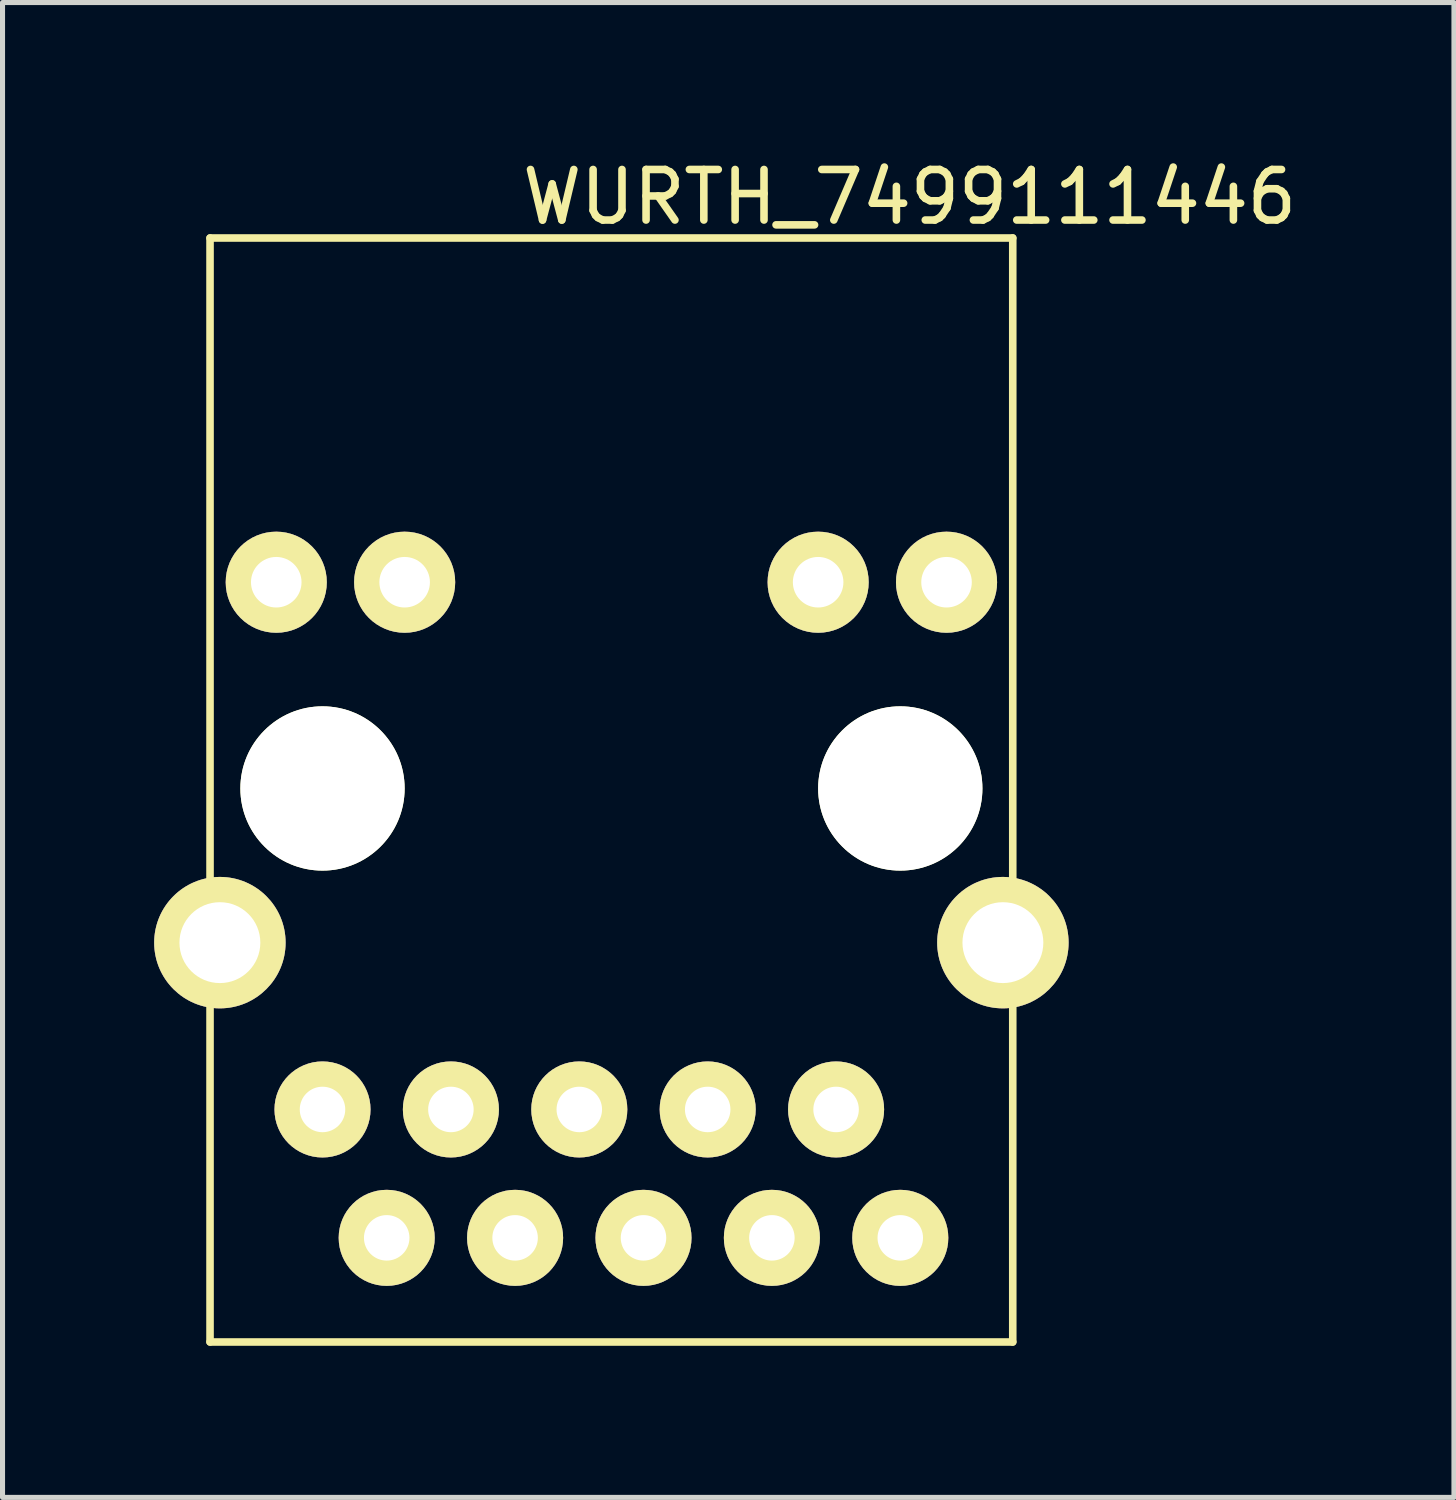
<source format=kicad_pcb>
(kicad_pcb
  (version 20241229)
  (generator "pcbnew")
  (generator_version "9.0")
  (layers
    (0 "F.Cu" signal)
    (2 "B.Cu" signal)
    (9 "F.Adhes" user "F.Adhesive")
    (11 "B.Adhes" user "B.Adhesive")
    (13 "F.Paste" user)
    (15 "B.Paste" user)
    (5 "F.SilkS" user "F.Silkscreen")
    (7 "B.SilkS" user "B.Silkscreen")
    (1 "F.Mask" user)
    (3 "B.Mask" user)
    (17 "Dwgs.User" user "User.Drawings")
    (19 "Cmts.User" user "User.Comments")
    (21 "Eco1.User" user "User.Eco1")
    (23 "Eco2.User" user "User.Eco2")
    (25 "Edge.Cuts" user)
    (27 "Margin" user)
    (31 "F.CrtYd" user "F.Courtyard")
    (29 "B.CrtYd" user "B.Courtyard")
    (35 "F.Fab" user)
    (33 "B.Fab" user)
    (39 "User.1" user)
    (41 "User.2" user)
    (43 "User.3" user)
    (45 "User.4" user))
  (footprint "WURTH_7499111446"
    (layer "F.Cu")
    (at 9.045 12.548)
    (property "Reference" "WURTH_7499111446" (at 5.9 -11.7 0) (layer "F.SilkS") (effects (font (size 1 1) (thickness 0.15))))
    (attr through_hole)
    (fp_line (start -7.94 -10.89) (end 7.94 -10.89) (stroke (width 0.15) (type solid)) (layer "F.SilkS"))
    (fp_line (start -7.94 10.95) (end -7.94 -10.89) (stroke (width 0.15) (type solid)) (layer "F.SilkS"))
    (fp_line (start 7.94 -10.89) (end 7.94 10.95) (stroke (width 0.15) (type solid)) (layer "F.SilkS"))
    (fp_line (start 7.94 10.95) (end -7.94 10.95) (stroke (width 0.15) (type solid)) (layer "F.SilkS"))
    (pad "" np_thru_hole circle (at -5.715 0) (size 3.25 3.25) (drill 3.25) (layers "*.Cu" "F.SilkS"))
    (pad "" np_thru_hole circle (at 5.715 0) (size 3.25 3.25) (drill 3.25) (layers "*.Cu" "F.SilkS"))
    (pad "1" thru_hole circle (at 5.715 8.89) (size 1.9 1.9) (drill 0.9) (layers "*.Cu" "*.Mask" "F.SilkS"))
    (pad "2" thru_hole circle (at 4.445 6.35) (size 1.9 1.9) (drill 0.9) (layers "*.Cu" "*.Mask" "F.SilkS"))
    (pad "3" thru_hole circle (at 3.175 8.89) (size 1.9 1.9) (drill 0.9) (layers "*.Cu" "*.Mask" "F.SilkS"))
    (pad "4" thru_hole circle (at 1.905 6.35) (size 1.9 1.9) (drill 0.9) (layers "*.Cu" "*.Mask" "F.SilkS"))
    (pad "5" thru_hole circle (at 0.635 8.89) (size 1.9 1.9) (drill 0.9) (layers "*.Cu" "*.Mask" "F.SilkS"))
    (pad "6" thru_hole circle (at -0.635 6.35) (size 1.9 1.9) (drill 0.9) (layers "*.Cu" "*.Mask" "F.SilkS"))
    (pad "7" thru_hole circle (at -1.905 8.89) (size 1.9 1.9) (drill 0.9) (layers "*.Cu" "*.Mask" "F.SilkS"))
    (pad "8" thru_hole circle (at -3.175 6.35) (size 1.9 1.9) (drill 0.9) (layers "*.Cu" "*.Mask" "F.SilkS"))
    (pad "9" thru_hole circle (at -4.445 8.89) (size 1.9 1.9) (drill 0.9) (layers "*.Cu" "*.Mask" "F.SilkS"))
    (pad "10" thru_hole circle (at -5.715 6.35) (size 1.9 1.9) (drill 0.9) (layers "*.Cu" "*.Mask" "F.SilkS"))
    (pad "11" thru_hole circle (at 6.63 -4.08) (size 2 2) (drill 1) (layers "*.Cu" "*.Mask" "F.SilkS"))
    (pad "12" thru_hole circle (at 4.09 -4.08) (size 2 2) (drill 1) (layers "*.Cu" "*.Mask" "F.SilkS"))
    (pad "13" thru_hole circle (at -4.09 -4.08) (size 2 2) (drill 1) (layers "*.Cu" "*.Mask" "F.SilkS"))
    (pad "14" thru_hole circle (at -6.63 -4.08) (size 2 2) (drill 1) (layers "*.Cu" "*.Mask" "F.SilkS"))
    (pad "FN" thru_hole circle (at -7.745 3.05) (size 2.6 2.6) (drill 1.6) (layers "*.Cu" "*.Mask" "F.SilkS"))
    (pad "FN" thru_hole circle (at 7.745 3.05) (size 2.6 2.6) (drill 1.6) (layers "*.Cu" "*.Mask" "F.SilkS")))
  (gr_rect
    (start -3 -3)
    (end 25.713 26.573)
    (stroke (width 0.1) (type default))
    (fill no)
    (layer "Edge.Cuts")))
</source>
